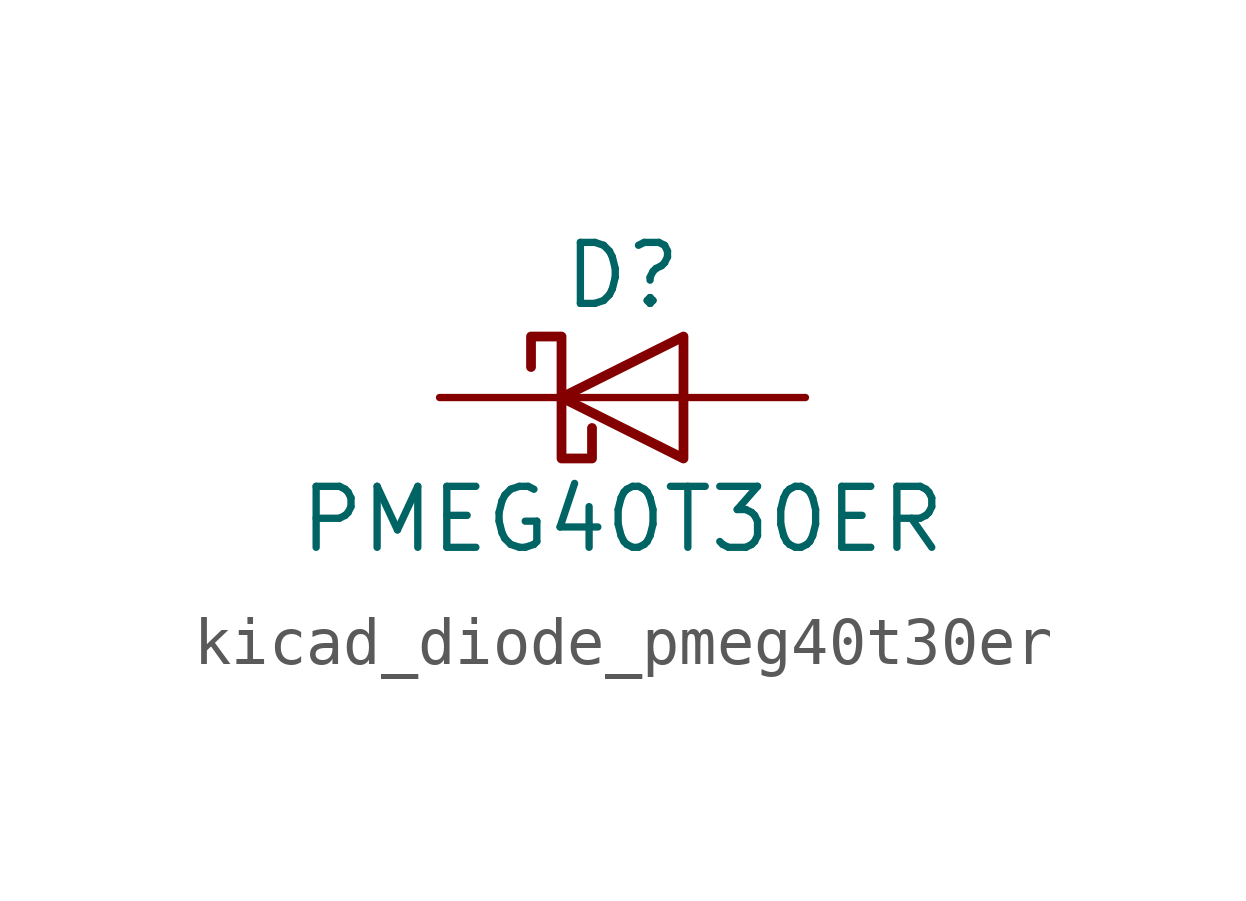
<source format=kicad_sym>
(kicad_symbol_lib
  (version 20220914)
  (generator kicad_symbol_editor)
  (symbol "kicad_diode_pmeg40t30er"
    (pin_numbers hide)
    (pin_names hide)
    (property "Reference" "D"
      (at 0 2.54 0)
      (effects (font (size 1.27 1.27))))
    (property "Value" "PMEG40T30ER"
      (at 0 -2.54 0)
      (effects (font (size 1.27 1.27))))
    (symbol "kicad_diode_pmeg40t30er_0_1"
      (polyline (pts (xy 1.27 0) (xy -1.27 0)) (stroke (width 0) (type default)) (fill (type none)))
      (polyline (pts (xy 1.27 1.27) (xy 1.27 -1.27) (xy -1.27 0) (xy 1.27 1.27)) (stroke (width 0.203) (type default)) (fill (type none)))
      (polyline (pts (xy -1.905 0.635) (xy -1.905 1.27) (xy -1.27 1.27) (xy -1.27 -1.27) (xy -0.635 -1.27) (xy -0.635 -0.635)) (stroke (width 0.203) (type default)) (fill (type none))))
    (symbol "kicad_diode_pmeg40t30er_1_1"
      (pin passive line (at -3.81 0 0) (length 2.54) (name "K" (effects (font (size 1.27 1.27)))) (number "1" (effects (font (size 1.27 1.27)))))
      (pin passive line (at 3.81 0 180) (length 2.54) (name "A" (effects (font (size 1.27 1.27)))) (number "2" (effects (font (size 1.27 1.27))))))))
</source>
